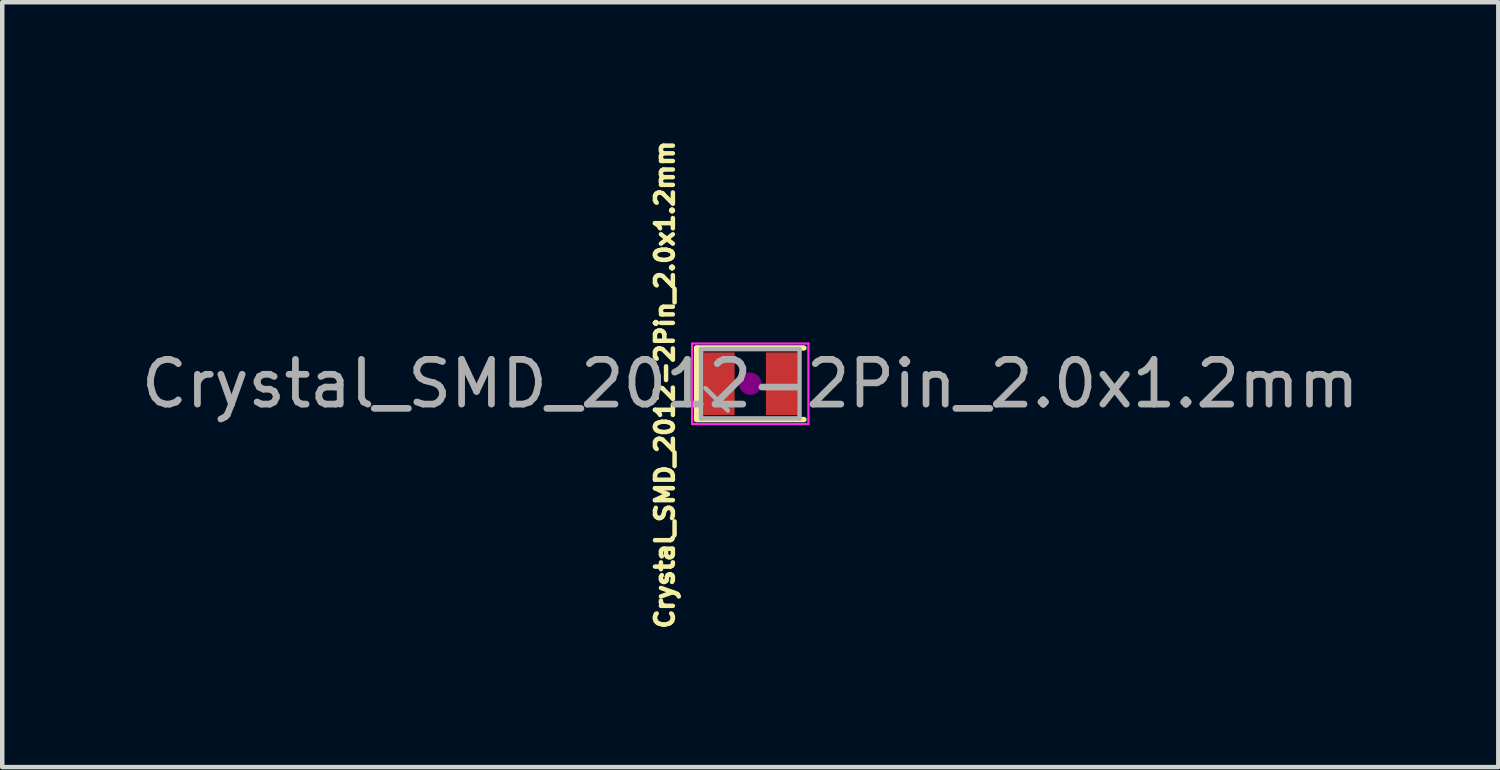
<source format=kicad_pcb>
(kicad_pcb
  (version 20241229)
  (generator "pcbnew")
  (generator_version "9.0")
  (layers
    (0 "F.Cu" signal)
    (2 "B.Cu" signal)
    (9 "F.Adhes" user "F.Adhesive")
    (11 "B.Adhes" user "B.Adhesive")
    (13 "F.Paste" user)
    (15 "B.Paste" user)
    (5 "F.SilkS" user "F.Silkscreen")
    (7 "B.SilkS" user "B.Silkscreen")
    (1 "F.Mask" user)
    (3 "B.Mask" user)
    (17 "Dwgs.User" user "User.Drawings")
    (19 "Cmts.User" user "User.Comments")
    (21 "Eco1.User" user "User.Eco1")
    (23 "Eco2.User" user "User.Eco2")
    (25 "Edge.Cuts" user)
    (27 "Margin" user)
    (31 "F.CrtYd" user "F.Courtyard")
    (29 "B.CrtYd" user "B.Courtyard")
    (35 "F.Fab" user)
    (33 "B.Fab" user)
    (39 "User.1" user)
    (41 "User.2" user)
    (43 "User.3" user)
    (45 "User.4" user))
  (footprint "Crystal_SMD_2012-2Pin_2.0x1.2mm"
    (layer "F.Cu")
    (at 13.72 5.528)
    (property "Reference" "Crystal_SMD_2012-2Pin_2.0x1.2mm" (at -1.91 0.02 270) (layer "F.SilkS") (effects (font (size 0.4 0.4) (thickness 0.1))))
    (attr smd)
    (fp_line (start -1.2 -0.8) (end -1.2 0.8) (stroke (width 0.12) (type solid)) (layer "F.SilkS"))
    (fp_line (start -1.2 0.8) (end 1.2 0.8) (stroke (width 0.12) (type solid)) (layer "F.SilkS"))
    (fp_line (start 1.2 -0.8) (end -1.2 -0.8) (stroke (width 0.12) (type solid)) (layer "F.SilkS"))
    (fp_circle (center 0 0) (end 0.047 0) (stroke (width 0.093) (type solid)) (fill no) (layer "F.Adhes"))
    (fp_circle (center 0 0) (end 0.107 0) (stroke (width 0.067) (type solid)) (fill no) (layer "F.Adhes"))
    (fp_circle (center 0 0) (end 0.167 0) (stroke (width 0.067) (type solid)) (fill no) (layer "F.Adhes"))
    (fp_circle (center 0 0) (end 0.2 0) (stroke (width 0.1) (type solid)) (fill no) (layer "F.Adhes"))
    (fp_line (start -1.3 -0.9) (end -1.3 0.9) (stroke (width 0.05) (type solid)) (layer "F.CrtYd"))
    (fp_line (start -1.3 0.9) (end 1.3 0.9) (stroke (width 0.05) (type solid)) (layer "F.CrtYd"))
    (fp_line (start 1.3 -0.9) (end -1.3 -0.9) (stroke (width 0.05) (type solid)) (layer "F.CrtYd"))
    (fp_line (start 1.3 0.9) (end 1.3 -0.9) (stroke (width 0.05) (type solid)) (layer "F.CrtYd"))
    (fp_line (start -1.1 -0.775) (end -1.1 0.775) (stroke (width 0.1) (type solid)) (layer "F.Fab"))
    (fp_line (start -1.1 0.775) (end 1.1 0.775) (stroke (width 0.1) (type solid)) (layer "F.Fab"))
    (fp_line (start -1 0.1) (end -0.5 0.6) (stroke (width 0.1) (type solid)) (layer "F.Fab"))
    (fp_line (start 1.1 -0.775) (end -1.1 -0.775) (stroke (width 0.1) (type solid)) (layer "F.Fab"))
    (fp_line (start 1.1 0.775) (end 1.1 -0.775) (stroke (width 0.1) (type solid)) (layer "F.Fab"))
    (fp_text user "${REFERENCE}" (at 0 0 180) (layer "F.Fab") (effects (font (size 1 1) (thickness 0.15))))
    (pad "1" smd rect (at -0.7 0) (size 0.7 1.4) (layers "F.Cu" "F.Mask" "F.Paste"))
    (pad "2" smd rect (at 0.7 0) (size 0.7 1.4) (layers "F.Cu" "F.Mask" "F.Paste")))
  (gr_rect
    (start -3 -3)
    (end 30.44 14.096)
    (stroke (width 0.1) (type default))
    (fill no)
    (layer "Edge.Cuts")))
</source>
